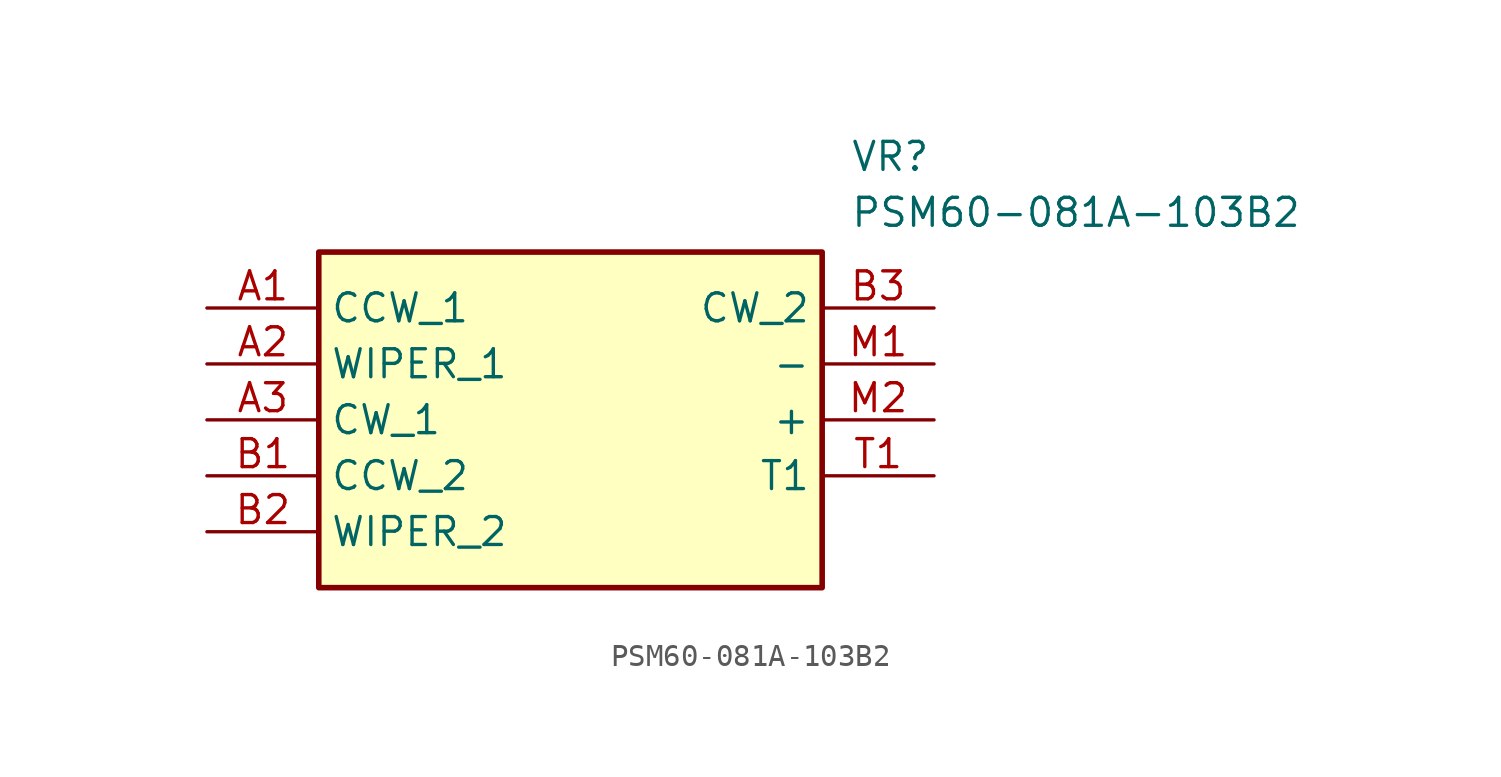
<source format=kicad_sym>
(kicad_symbol_lib
  (version 20211014)
  (generator SamacSys_ECAD_Model)
  (symbol "PSM60-081A-103B2"
    (property "Reference" "VR"
      (at 29.21 7.62 0)
      (effects (font (size 1.27 1.27)) (justify left top)))
    (property "Value" "PSM60-081A-103B2"
      (at 29.21 5.08 0)
      (effects (font (size 1.27 1.27)) (justify left top)))
    (rectangle
      (start 5.08 2.54)
      (end 27.94 -12.7)
      (stroke (width 0.254) (type default))
      (fill (type background)))
    (pin passive line
      (at 0 0 0)
      (length 5.08)
      (name "CCW_1" (effects (font (size 1.27 1.27))))
      (number "A1" (effects (font (size 1.27 1.27)))))
    (pin passive line
      (at 0 -2.54 0)
      (length 5.08)
      (name "WIPER_1" (effects (font (size 1.27 1.27))))
      (number "A2" (effects (font (size 1.27 1.27)))))
    (pin passive line
      (at 0 -5.08 0)
      (length 5.08)
      (name "CW_1" (effects (font (size 1.27 1.27))))
      (number "A3" (effects (font (size 1.27 1.27)))))
    (pin passive line
      (at 0 -7.62 0)
      (length 5.08)
      (name "CCW_2" (effects (font (size 1.27 1.27))))
      (number "B1" (effects (font (size 1.27 1.27)))))
    (pin passive line
      (at 0 -10.16 0)
      (length 5.08)
      (name "WIPER_2" (effects (font (size 1.27 1.27))))
      (number "B2" (effects (font (size 1.27 1.27)))))
    (pin passive line
      (at 33.02 0 180)
      (length 5.08)
      (name "CW_2" (effects (font (size 1.27 1.27))))
      (number "B3" (effects (font (size 1.27 1.27)))))
    (pin passive line
      (at 33.02 -2.54 180)
      (length 5.08)
      (name "-" (effects (font (size 1.27 1.27))))
      (number "M1" (effects (font (size 1.27 1.27)))))
    (pin passive line
      (at 33.02 -5.08 180)
      (length 5.08)
      (name "+" (effects (font (size 1.27 1.27))))
      (number "M2" (effects (font (size 1.27 1.27)))))
    (pin passive line
      (at 33.02 -7.62 180)
      (length 5.08)
      (name "T1" (effects (font (size 1.27 1.27))))
      (number "T1" (effects (font (size 1.27 1.27)))))))
</source>
